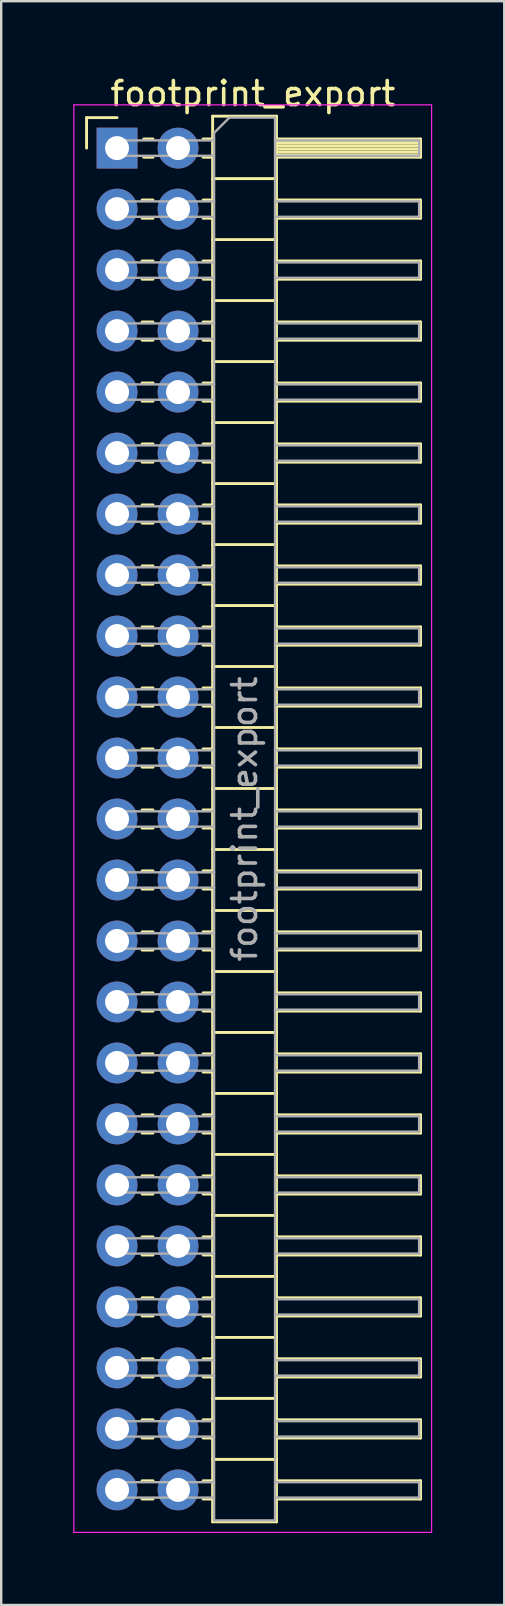
<source format=kicad_pcb>
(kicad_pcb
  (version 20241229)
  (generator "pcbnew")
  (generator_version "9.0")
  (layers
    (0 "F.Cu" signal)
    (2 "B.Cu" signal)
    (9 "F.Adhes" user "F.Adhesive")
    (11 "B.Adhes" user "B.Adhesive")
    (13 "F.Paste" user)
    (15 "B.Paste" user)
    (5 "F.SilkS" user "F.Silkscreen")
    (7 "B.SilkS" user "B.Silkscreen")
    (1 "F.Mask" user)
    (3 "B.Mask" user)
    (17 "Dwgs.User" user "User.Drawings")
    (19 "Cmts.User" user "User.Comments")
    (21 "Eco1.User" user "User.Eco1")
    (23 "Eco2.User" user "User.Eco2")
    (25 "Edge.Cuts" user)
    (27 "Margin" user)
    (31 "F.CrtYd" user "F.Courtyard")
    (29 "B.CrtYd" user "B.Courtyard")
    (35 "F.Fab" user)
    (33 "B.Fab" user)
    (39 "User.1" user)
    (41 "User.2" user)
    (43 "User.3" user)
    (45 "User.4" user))
  (footprint "footprint_export"
    (layer "F.Cu")
    (at 1.825 3.118)
    (property "Reference" "footprint_export" (at 5.655 -2.27 0) (layer "F.SilkS") (effects (font (size 1 1) (thickness 0.15))))
    (attr through_hole)
    (fp_line (start -1.27 -1.27) (end 0 -1.27) (stroke (width 0.12) (type solid)) (layer "F.SilkS"))
    (fp_line (start -1.27 0) (end -1.27 -1.27) (stroke (width 0.12) (type solid)) (layer "F.SilkS"))
    (fp_line (start 1.043 2.16) (end 1.497 2.16) (stroke (width 0.12) (type solid)) (layer "F.SilkS"))
    (fp_line (start 1.043 2.92) (end 1.497 2.92) (stroke (width 0.12) (type solid)) (layer "F.SilkS"))
    (fp_line (start 1.043 4.7) (end 1.497 4.7) (stroke (width 0.12) (type solid)) (layer "F.SilkS"))
    (fp_line (start 1.043 5.46) (end 1.497 5.46) (stroke (width 0.12) (type solid)) (layer "F.SilkS"))
    (fp_line (start 1.043 7.24) (end 1.497 7.24) (stroke (width 0.12) (type solid)) (layer "F.SilkS"))
    (fp_line (start 1.043 8) (end 1.497 8) (stroke (width 0.12) (type solid)) (layer "F.SilkS"))
    (fp_line (start 1.043 9.78) (end 1.497 9.78) (stroke (width 0.12) (type solid)) (layer "F.SilkS"))
    (fp_line (start 1.043 10.54) (end 1.497 10.54) (stroke (width 0.12) (type solid)) (layer "F.SilkS"))
    (fp_line (start 1.043 12.32) (end 1.497 12.32) (stroke (width 0.12) (type solid)) (layer "F.SilkS"))
    (fp_line (start 1.043 13.08) (end 1.497 13.08) (stroke (width 0.12) (type solid)) (layer "F.SilkS"))
    (fp_line (start 1.043 14.86) (end 1.497 14.86) (stroke (width 0.12) (type solid)) (layer "F.SilkS"))
    (fp_line (start 1.043 15.62) (end 1.497 15.62) (stroke (width 0.12) (type solid)) (layer "F.SilkS"))
    (fp_line (start 1.043 17.4) (end 1.497 17.4) (stroke (width 0.12) (type solid)) (layer "F.SilkS"))
    (fp_line (start 1.043 18.16) (end 1.497 18.16) (stroke (width 0.12) (type solid)) (layer "F.SilkS"))
    (fp_line (start 1.043 19.94) (end 1.497 19.94) (stroke (width 0.12) (type solid)) (layer "F.SilkS"))
    (fp_line (start 1.043 20.7) (end 1.497 20.7) (stroke (width 0.12) (type solid)) (layer "F.SilkS"))
    (fp_line (start 1.043 22.48) (end 1.497 22.48) (stroke (width 0.12) (type solid)) (layer "F.SilkS"))
    (fp_line (start 1.043 23.24) (end 1.497 23.24) (stroke (width 0.12) (type solid)) (layer "F.SilkS"))
    (fp_line (start 1.043 25.02) (end 1.497 25.02) (stroke (width 0.12) (type solid)) (layer "F.SilkS"))
    (fp_line (start 1.043 25.78) (end 1.497 25.78) (stroke (width 0.12) (type solid)) (layer "F.SilkS"))
    (fp_line (start 1.043 27.56) (end 1.497 27.56) (stroke (width 0.12) (type solid)) (layer "F.SilkS"))
    (fp_line (start 1.043 28.32) (end 1.497 28.32) (stroke (width 0.12) (type solid)) (layer "F.SilkS"))
    (fp_line (start 1.043 30.1) (end 1.497 30.1) (stroke (width 0.12) (type solid)) (layer "F.SilkS"))
    (fp_line (start 1.043 30.86) (end 1.497 30.86) (stroke (width 0.12) (type solid)) (layer "F.SilkS"))
    (fp_line (start 1.043 32.64) (end 1.497 32.64) (stroke (width 0.12) (type solid)) (layer "F.SilkS"))
    (fp_line (start 1.043 33.4) (end 1.497 33.4) (stroke (width 0.12) (type solid)) (layer "F.SilkS"))
    (fp_line (start 1.043 35.18) (end 1.497 35.18) (stroke (width 0.12) (type solid)) (layer "F.SilkS"))
    (fp_line (start 1.043 35.94) (end 1.497 35.94) (stroke (width 0.12) (type solid)) (layer "F.SilkS"))
    (fp_line (start 1.043 37.72) (end 1.497 37.72) (stroke (width 0.12) (type solid)) (layer "F.SilkS"))
    (fp_line (start 1.043 38.48) (end 1.497 38.48) (stroke (width 0.12) (type solid)) (layer "F.SilkS"))
    (fp_line (start 1.043 40.26) (end 1.497 40.26) (stroke (width 0.12) (type solid)) (layer "F.SilkS"))
    (fp_line (start 1.043 41.02) (end 1.497 41.02) (stroke (width 0.12) (type solid)) (layer "F.SilkS"))
    (fp_line (start 1.043 42.8) (end 1.497 42.8) (stroke (width 0.12) (type solid)) (layer "F.SilkS"))
    (fp_line (start 1.043 43.56) (end 1.497 43.56) (stroke (width 0.12) (type solid)) (layer "F.SilkS"))
    (fp_line (start 1.043 45.34) (end 1.497 45.34) (stroke (width 0.12) (type solid)) (layer "F.SilkS"))
    (fp_line (start 1.043 46.1) (end 1.497 46.1) (stroke (width 0.12) (type solid)) (layer "F.SilkS"))
    (fp_line (start 1.043 47.88) (end 1.497 47.88) (stroke (width 0.12) (type solid)) (layer "F.SilkS"))
    (fp_line (start 1.043 48.64) (end 1.497 48.64) (stroke (width 0.12) (type solid)) (layer "F.SilkS"))
    (fp_line (start 1.043 50.42) (end 1.497 50.42) (stroke (width 0.12) (type solid)) (layer "F.SilkS"))
    (fp_line (start 1.043 51.18) (end 1.497 51.18) (stroke (width 0.12) (type solid)) (layer "F.SilkS"))
    (fp_line (start 1.043 52.96) (end 1.497 52.96) (stroke (width 0.12) (type solid)) (layer "F.SilkS"))
    (fp_line (start 1.043 53.72) (end 1.497 53.72) (stroke (width 0.12) (type solid)) (layer "F.SilkS"))
    (fp_line (start 1.043 55.5) (end 1.497 55.5) (stroke (width 0.12) (type solid)) (layer "F.SilkS"))
    (fp_line (start 1.043 56.26) (end 1.497 56.26) (stroke (width 0.12) (type solid)) (layer "F.SilkS"))
    (fp_line (start 1.11 -0.38) (end 1.497 -0.38) (stroke (width 0.12) (type solid)) (layer "F.SilkS"))
    (fp_line (start 1.11 0.38) (end 1.497 0.38) (stroke (width 0.12) (type solid)) (layer "F.SilkS"))
    (fp_line (start 3.583 -0.38) (end 3.98 -0.38) (stroke (width 0.12) (type solid)) (layer "F.SilkS"))
    (fp_line (start 3.583 0.38) (end 3.98 0.38) (stroke (width 0.12) (type solid)) (layer "F.SilkS"))
    (fp_line (start 3.583 2.16) (end 3.98 2.16) (stroke (width 0.12) (type solid)) (layer "F.SilkS"))
    (fp_line (start 3.583 2.92) (end 3.98 2.92) (stroke (width 0.12) (type solid)) (layer "F.SilkS"))
    (fp_line (start 3.583 4.7) (end 3.98 4.7) (stroke (width 0.12) (type solid)) (layer "F.SilkS"))
    (fp_line (start 3.583 5.46) (end 3.98 5.46) (stroke (width 0.12) (type solid)) (layer "F.SilkS"))
    (fp_line (start 3.583 7.24) (end 3.98 7.24) (stroke (width 0.12) (type solid)) (layer "F.SilkS"))
    (fp_line (start 3.583 8) (end 3.98 8) (stroke (width 0.12) (type solid)) (layer "F.SilkS"))
    (fp_line (start 3.583 9.78) (end 3.98 9.78) (stroke (width 0.12) (type solid)) (layer "F.SilkS"))
    (fp_line (start 3.583 10.54) (end 3.98 10.54) (stroke (width 0.12) (type solid)) (layer "F.SilkS"))
    (fp_line (start 3.583 12.32) (end 3.98 12.32) (stroke (width 0.12) (type solid)) (layer "F.SilkS"))
    (fp_line (start 3.583 13.08) (end 3.98 13.08) (stroke (width 0.12) (type solid)) (layer "F.SilkS"))
    (fp_line (start 3.583 14.86) (end 3.98 14.86) (stroke (width 0.12) (type solid)) (layer "F.SilkS"))
    (fp_line (start 3.583 15.62) (end 3.98 15.62) (stroke (width 0.12) (type solid)) (layer "F.SilkS"))
    (fp_line (start 3.583 17.4) (end 3.98 17.4) (stroke (width 0.12) (type solid)) (layer "F.SilkS"))
    (fp_line (start 3.583 18.16) (end 3.98 18.16) (stroke (width 0.12) (type solid)) (layer "F.SilkS"))
    (fp_line (start 3.583 19.94) (end 3.98 19.94) (stroke (width 0.12) (type solid)) (layer "F.SilkS"))
    (fp_line (start 3.583 20.7) (end 3.98 20.7) (stroke (width 0.12) (type solid)) (layer "F.SilkS"))
    (fp_line (start 3.583 22.48) (end 3.98 22.48) (stroke (width 0.12) (type solid)) (layer "F.SilkS"))
    (fp_line (start 3.583 23.24) (end 3.98 23.24) (stroke (width 0.12) (type solid)) (layer "F.SilkS"))
    (fp_line (start 3.583 25.02) (end 3.98 25.02) (stroke (width 0.12) (type solid)) (layer "F.SilkS"))
    (fp_line (start 3.583 25.78) (end 3.98 25.78) (stroke (width 0.12) (type solid)) (layer "F.SilkS"))
    (fp_line (start 3.583 27.56) (end 3.98 27.56) (stroke (width 0.12) (type solid)) (layer "F.SilkS"))
    (fp_line (start 3.583 28.32) (end 3.98 28.32) (stroke (width 0.12) (type solid)) (layer "F.SilkS"))
    (fp_line (start 3.583 30.1) (end 3.98 30.1) (stroke (width 0.12) (type solid)) (layer "F.SilkS"))
    (fp_line (start 3.583 30.86) (end 3.98 30.86) (stroke (width 0.12) (type solid)) (layer "F.SilkS"))
    (fp_line (start 3.583 32.64) (end 3.98 32.64) (stroke (width 0.12) (type solid)) (layer "F.SilkS"))
    (fp_line (start 3.583 33.4) (end 3.98 33.4) (stroke (width 0.12) (type solid)) (layer "F.SilkS"))
    (fp_line (start 3.583 35.18) (end 3.98 35.18) (stroke (width 0.12) (type solid)) (layer "F.SilkS"))
    (fp_line (start 3.583 35.94) (end 3.98 35.94) (stroke (width 0.12) (type solid)) (layer "F.SilkS"))
    (fp_line (start 3.583 37.72) (end 3.98 37.72) (stroke (width 0.12) (type solid)) (layer "F.SilkS"))
    (fp_line (start 3.583 38.48) (end 3.98 38.48) (stroke (width 0.12) (type solid)) (layer "F.SilkS"))
    (fp_line (start 3.583 40.26) (end 3.98 40.26) (stroke (width 0.12) (type solid)) (layer "F.SilkS"))
    (fp_line (start 3.583 41.02) (end 3.98 41.02) (stroke (width 0.12) (type solid)) (layer "F.SilkS"))
    (fp_line (start 3.583 42.8) (end 3.98 42.8) (stroke (width 0.12) (type solid)) (layer "F.SilkS"))
    (fp_line (start 3.583 43.56) (end 3.98 43.56) (stroke (width 0.12) (type solid)) (layer "F.SilkS"))
    (fp_line (start 3.583 45.34) (end 3.98 45.34) (stroke (width 0.12) (type solid)) (layer "F.SilkS"))
    (fp_line (start 3.583 46.1) (end 3.98 46.1) (stroke (width 0.12) (type solid)) (layer "F.SilkS"))
    (fp_line (start 3.583 47.88) (end 3.98 47.88) (stroke (width 0.12) (type solid)) (layer "F.SilkS"))
    (fp_line (start 3.583 48.64) (end 3.98 48.64) (stroke (width 0.12) (type solid)) (layer "F.SilkS"))
    (fp_line (start 3.583 50.42) (end 3.98 50.42) (stroke (width 0.12) (type solid)) (layer "F.SilkS"))
    (fp_line (start 3.583 51.18) (end 3.98 51.18) (stroke (width 0.12) (type solid)) (layer "F.SilkS"))
    (fp_line (start 3.583 52.96) (end 3.98 52.96) (stroke (width 0.12) (type solid)) (layer "F.SilkS"))
    (fp_line (start 3.583 53.72) (end 3.98 53.72) (stroke (width 0.12) (type solid)) (layer "F.SilkS"))
    (fp_line (start 3.583 55.5) (end 3.98 55.5) (stroke (width 0.12) (type solid)) (layer "F.SilkS"))
    (fp_line (start 3.583 56.26) (end 3.98 56.26) (stroke (width 0.12) (type solid)) (layer "F.SilkS"))
    (fp_line (start 3.98 -1.33) (end 3.98 57.21) (stroke (width 0.12) (type solid)) (layer "F.SilkS"))
    (fp_line (start 3.98 1.27) (end 6.64 1.27) (stroke (width 0.12) (type solid)) (layer "F.SilkS"))
    (fp_line (start 3.98 3.81) (end 6.64 3.81) (stroke (width 0.12) (type solid)) (layer "F.SilkS"))
    (fp_line (start 3.98 6.35) (end 6.64 6.35) (stroke (width 0.12) (type solid)) (layer "F.SilkS"))
    (fp_line (start 3.98 8.89) (end 6.64 8.89) (stroke (width 0.12) (type solid)) (layer "F.SilkS"))
    (fp_line (start 3.98 11.43) (end 6.64 11.43) (stroke (width 0.12) (type solid)) (layer "F.SilkS"))
    (fp_line (start 3.98 13.97) (end 6.64 13.97) (stroke (width 0.12) (type solid)) (layer "F.SilkS"))
    (fp_line (start 3.98 16.51) (end 6.64 16.51) (stroke (width 0.12) (type solid)) (layer "F.SilkS"))
    (fp_line (start 3.98 19.05) (end 6.64 19.05) (stroke (width 0.12) (type solid)) (layer "F.SilkS"))
    (fp_line (start 3.98 21.59) (end 6.64 21.59) (stroke (width 0.12) (type solid)) (layer "F.SilkS"))
    (fp_line (start 3.98 24.13) (end 6.64 24.13) (stroke (width 0.12) (type solid)) (layer "F.SilkS"))
    (fp_line (start 3.98 26.67) (end 6.64 26.67) (stroke (width 0.12) (type solid)) (layer "F.SilkS"))
    (fp_line (start 3.98 29.21) (end 6.64 29.21) (stroke (width 0.12) (type solid)) (layer "F.SilkS"))
    (fp_line (start 3.98 31.75) (end 6.64 31.75) (stroke (width 0.12) (type solid)) (layer "F.SilkS"))
    (fp_line (start 3.98 34.29) (end 6.64 34.29) (stroke (width 0.12) (type solid)) (layer "F.SilkS"))
    (fp_line (start 3.98 36.83) (end 6.64 36.83) (stroke (width 0.12) (type solid)) (layer "F.SilkS"))
    (fp_line (start 3.98 39.37) (end 6.64 39.37) (stroke (width 0.12) (type solid)) (layer "F.SilkS"))
    (fp_line (start 3.98 41.91) (end 6.64 41.91) (stroke (width 0.12) (type solid)) (layer "F.SilkS"))
    (fp_line (start 3.98 44.45) (end 6.64 44.45) (stroke (width 0.12) (type solid)) (layer "F.SilkS"))
    (fp_line (start 3.98 46.99) (end 6.64 46.99) (stroke (width 0.12) (type solid)) (layer "F.SilkS"))
    (fp_line (start 3.98 49.53) (end 6.64 49.53) (stroke (width 0.12) (type solid)) (layer "F.SilkS"))
    (fp_line (start 3.98 52.07) (end 6.64 52.07) (stroke (width 0.12) (type solid)) (layer "F.SilkS"))
    (fp_line (start 3.98 54.61) (end 6.64 54.61) (stroke (width 0.12) (type solid)) (layer "F.SilkS"))
    (fp_line (start 3.98 57.21) (end 6.64 57.21) (stroke (width 0.12) (type solid)) (layer "F.SilkS"))
    (fp_line (start 6.64 -1.33) (end 3.98 -1.33) (stroke (width 0.12) (type solid)) (layer "F.SilkS"))
    (fp_line (start 6.64 -0.38) (end 12.64 -0.38) (stroke (width 0.12) (type solid)) (layer "F.SilkS"))
    (fp_line (start 6.64 -0.32) (end 12.64 -0.32) (stroke (width 0.12) (type solid)) (layer "F.SilkS"))
    (fp_line (start 6.64 -0.2) (end 12.64 -0.2) (stroke (width 0.12) (type solid)) (layer "F.SilkS"))
    (fp_line (start 6.64 -0.08) (end 12.64 -0.08) (stroke (width 0.12) (type solid)) (layer "F.SilkS"))
    (fp_line (start 6.64 0.04) (end 12.64 0.04) (stroke (width 0.12) (type solid)) (layer "F.SilkS"))
    (fp_line (start 6.64 0.16) (end 12.64 0.16) (stroke (width 0.12) (type solid)) (layer "F.SilkS"))
    (fp_line (start 6.64 0.28) (end 12.64 0.28) (stroke (width 0.12) (type solid)) (layer "F.SilkS"))
    (fp_line (start 6.64 2.16) (end 12.64 2.16) (stroke (width 0.12) (type solid)) (layer "F.SilkS"))
    (fp_line (start 6.64 4.7) (end 12.64 4.7) (stroke (width 0.12) (type solid)) (layer "F.SilkS"))
    (fp_line (start 6.64 7.24) (end 12.64 7.24) (stroke (width 0.12) (type solid)) (layer "F.SilkS"))
    (fp_line (start 6.64 9.78) (end 12.64 9.78) (stroke (width 0.12) (type solid)) (layer "F.SilkS"))
    (fp_line (start 6.64 12.32) (end 12.64 12.32) (stroke (width 0.12) (type solid)) (layer "F.SilkS"))
    (fp_line (start 6.64 14.86) (end 12.64 14.86) (stroke (width 0.12) (type solid)) (layer "F.SilkS"))
    (fp_line (start 6.64 17.4) (end 12.64 17.4) (stroke (width 0.12) (type solid)) (layer "F.SilkS"))
    (fp_line (start 6.64 19.94) (end 12.64 19.94) (stroke (width 0.12) (type solid)) (layer "F.SilkS"))
    (fp_line (start 6.64 22.48) (end 12.64 22.48) (stroke (width 0.12) (type solid)) (layer "F.SilkS"))
    (fp_line (start 6.64 25.02) (end 12.64 25.02) (stroke (width 0.12) (type solid)) (layer "F.SilkS"))
    (fp_line (start 6.64 27.56) (end 12.64 27.56) (stroke (width 0.12) (type solid)) (layer "F.SilkS"))
    (fp_line (start 6.64 30.1) (end 12.64 30.1) (stroke (width 0.12) (type solid)) (layer "F.SilkS"))
    (fp_line (start 6.64 32.64) (end 12.64 32.64) (stroke (width 0.12) (type solid)) (layer "F.SilkS"))
    (fp_line (start 6.64 35.18) (end 12.64 35.18) (stroke (width 0.12) (type solid)) (layer "F.SilkS"))
    (fp_line (start 6.64 37.72) (end 12.64 37.72) (stroke (width 0.12) (type solid)) (layer "F.SilkS"))
    (fp_line (start 6.64 40.26) (end 12.64 40.26) (stroke (width 0.12) (type solid)) (layer "F.SilkS"))
    (fp_line (start 6.64 42.8) (end 12.64 42.8) (stroke (width 0.12) (type solid)) (layer "F.SilkS"))
    (fp_line (start 6.64 45.34) (end 12.64 45.34) (stroke (width 0.12) (type solid)) (layer "F.SilkS"))
    (fp_line (start 6.64 47.88) (end 12.64 47.88) (stroke (width 0.12) (type solid)) (layer "F.SilkS"))
    (fp_line (start 6.64 50.42) (end 12.64 50.42) (stroke (width 0.12) (type solid)) (layer "F.SilkS"))
    (fp_line (start 6.64 52.96) (end 12.64 52.96) (stroke (width 0.12) (type solid)) (layer "F.SilkS"))
    (fp_line (start 6.64 55.5) (end 12.64 55.5) (stroke (width 0.12) (type solid)) (layer "F.SilkS"))
    (fp_line (start 6.64 57.21) (end 6.64 -1.33) (stroke (width 0.12) (type solid)) (layer "F.SilkS"))
    (fp_line (start 12.64 -0.38) (end 12.64 0.38) (stroke (width 0.12) (type solid)) (layer "F.SilkS"))
    (fp_line (start 12.64 0.38) (end 6.64 0.38) (stroke (width 0.12) (type solid)) (layer "F.SilkS"))
    (fp_line (start 12.64 2.16) (end 12.64 2.92) (stroke (width 0.12) (type solid)) (layer "F.SilkS"))
    (fp_line (start 12.64 2.92) (end 6.64 2.92) (stroke (width 0.12) (type solid)) (layer "F.SilkS"))
    (fp_line (start 12.64 4.7) (end 12.64 5.46) (stroke (width 0.12) (type solid)) (layer "F.SilkS"))
    (fp_line (start 12.64 5.46) (end 6.64 5.46) (stroke (width 0.12) (type solid)) (layer "F.SilkS"))
    (fp_line (start 12.64 7.24) (end 12.64 8) (stroke (width 0.12) (type solid)) (layer "F.SilkS"))
    (fp_line (start 12.64 8) (end 6.64 8) (stroke (width 0.12) (type solid)) (layer "F.SilkS"))
    (fp_line (start 12.64 9.78) (end 12.64 10.54) (stroke (width 0.12) (type solid)) (layer "F.SilkS"))
    (fp_line (start 12.64 10.54) (end 6.64 10.54) (stroke (width 0.12) (type solid)) (layer "F.SilkS"))
    (fp_line (start 12.64 12.32) (end 12.64 13.08) (stroke (width 0.12) (type solid)) (layer "F.SilkS"))
    (fp_line (start 12.64 13.08) (end 6.64 13.08) (stroke (width 0.12) (type solid)) (layer "F.SilkS"))
    (fp_line (start 12.64 14.86) (end 12.64 15.62) (stroke (width 0.12) (type solid)) (layer "F.SilkS"))
    (fp_line (start 12.64 15.62) (end 6.64 15.62) (stroke (width 0.12) (type solid)) (layer "F.SilkS"))
    (fp_line (start 12.64 17.4) (end 12.64 18.16) (stroke (width 0.12) (type solid)) (layer "F.SilkS"))
    (fp_line (start 12.64 18.16) (end 6.64 18.16) (stroke (width 0.12) (type solid)) (layer "F.SilkS"))
    (fp_line (start 12.64 19.94) (end 12.64 20.7) (stroke (width 0.12) (type solid)) (layer "F.SilkS"))
    (fp_line (start 12.64 20.7) (end 6.64 20.7) (stroke (width 0.12) (type solid)) (layer "F.SilkS"))
    (fp_line (start 12.64 22.48) (end 12.64 23.24) (stroke (width 0.12) (type solid)) (layer "F.SilkS"))
    (fp_line (start 12.64 23.24) (end 6.64 23.24) (stroke (width 0.12) (type solid)) (layer "F.SilkS"))
    (fp_line (start 12.64 25.02) (end 12.64 25.78) (stroke (width 0.12) (type solid)) (layer "F.SilkS"))
    (fp_line (start 12.64 25.78) (end 6.64 25.78) (stroke (width 0.12) (type solid)) (layer "F.SilkS"))
    (fp_line (start 12.64 27.56) (end 12.64 28.32) (stroke (width 0.12) (type solid)) (layer "F.SilkS"))
    (fp_line (start 12.64 28.32) (end 6.64 28.32) (stroke (width 0.12) (type solid)) (layer "F.SilkS"))
    (fp_line (start 12.64 30.1) (end 12.64 30.86) (stroke (width 0.12) (type solid)) (layer "F.SilkS"))
    (fp_line (start 12.64 30.86) (end 6.64 30.86) (stroke (width 0.12) (type solid)) (layer "F.SilkS"))
    (fp_line (start 12.64 32.64) (end 12.64 33.4) (stroke (width 0.12) (type solid)) (layer "F.SilkS"))
    (fp_line (start 12.64 33.4) (end 6.64 33.4) (stroke (width 0.12) (type solid)) (layer "F.SilkS"))
    (fp_line (start 12.64 35.18) (end 12.64 35.94) (stroke (width 0.12) (type solid)) (layer "F.SilkS"))
    (fp_line (start 12.64 35.94) (end 6.64 35.94) (stroke (width 0.12) (type solid)) (layer "F.SilkS"))
    (fp_line (start 12.64 37.72) (end 12.64 38.48) (stroke (width 0.12) (type solid)) (layer "F.SilkS"))
    (fp_line (start 12.64 38.48) (end 6.64 38.48) (stroke (width 0.12) (type solid)) (layer "F.SilkS"))
    (fp_line (start 12.64 40.26) (end 12.64 41.02) (stroke (width 0.12) (type solid)) (layer "F.SilkS"))
    (fp_line (start 12.64 41.02) (end 6.64 41.02) (stroke (width 0.12) (type solid)) (layer "F.SilkS"))
    (fp_line (start 12.64 42.8) (end 12.64 43.56) (stroke (width 0.12) (type solid)) (layer "F.SilkS"))
    (fp_line (start 12.64 43.56) (end 6.64 43.56) (stroke (width 0.12) (type solid)) (layer "F.SilkS"))
    (fp_line (start 12.64 45.34) (end 12.64 46.1) (stroke (width 0.12) (type solid)) (layer "F.SilkS"))
    (fp_line (start 12.64 46.1) (end 6.64 46.1) (stroke (width 0.12) (type solid)) (layer "F.SilkS"))
    (fp_line (start 12.64 47.88) (end 12.64 48.64) (stroke (width 0.12) (type solid)) (layer "F.SilkS"))
    (fp_line (start 12.64 48.64) (end 6.64 48.64) (stroke (width 0.12) (type solid)) (layer "F.SilkS"))
    (fp_line (start 12.64 50.42) (end 12.64 51.18) (stroke (width 0.12) (type solid)) (layer "F.SilkS"))
    (fp_line (start 12.64 51.18) (end 6.64 51.18) (stroke (width 0.12) (type solid)) (layer "F.SilkS"))
    (fp_line (start 12.64 52.96) (end 12.64 53.72) (stroke (width 0.12) (type solid)) (layer "F.SilkS"))
    (fp_line (start 12.64 53.72) (end 6.64 53.72) (stroke (width 0.12) (type solid)) (layer "F.SilkS"))
    (fp_line (start 12.64 55.5) (end 12.64 56.26) (stroke (width 0.12) (type solid)) (layer "F.SilkS"))
    (fp_line (start 12.64 56.26) (end 6.64 56.26) (stroke (width 0.12) (type solid)) (layer "F.SilkS"))
    (fp_line (start -1.8 -1.8) (end -1.8 57.65) (stroke (width 0.05) (type solid)) (layer "F.CrtYd"))
    (fp_line (start -1.8 57.65) (end 13.1 57.65) (stroke (width 0.05) (type solid)) (layer "F.CrtYd"))
    (fp_line (start 13.1 -1.8) (end -1.8 -1.8) (stroke (width 0.05) (type solid)) (layer "F.CrtYd"))
    (fp_line (start 13.1 57.65) (end 13.1 -1.8) (stroke (width 0.05) (type solid)) (layer "F.CrtYd"))
    (fp_line (start -0.32 -0.32) (end -0.32 0.32) (stroke (width 0.1) (type solid)) (layer "F.Fab"))
    (fp_line (start -0.32 -0.32) (end 4.04 -0.32) (stroke (width 0.1) (type solid)) (layer "F.Fab"))
    (fp_line (start -0.32 0.32) (end 4.04 0.32) (stroke (width 0.1) (type solid)) (layer "F.Fab"))
    (fp_line (start -0.32 2.22) (end -0.32 2.86) (stroke (width 0.1) (type solid)) (layer "F.Fab"))
    (fp_line (start -0.32 2.22) (end 4.04 2.22) (stroke (width 0.1) (type solid)) (layer "F.Fab"))
    (fp_line (start -0.32 2.86) (end 4.04 2.86) (stroke (width 0.1) (type solid)) (layer "F.Fab"))
    (fp_line (start -0.32 4.76) (end -0.32 5.4) (stroke (width 0.1) (type solid)) (layer "F.Fab"))
    (fp_line (start -0.32 4.76) (end 4.04 4.76) (stroke (width 0.1) (type solid)) (layer "F.Fab"))
    (fp_line (start -0.32 5.4) (end 4.04 5.4) (stroke (width 0.1) (type solid)) (layer "F.Fab"))
    (fp_line (start -0.32 7.3) (end -0.32 7.94) (stroke (width 0.1) (type solid)) (layer "F.Fab"))
    (fp_line (start -0.32 7.3) (end 4.04 7.3) (stroke (width 0.1) (type solid)) (layer "F.Fab"))
    (fp_line (start -0.32 7.94) (end 4.04 7.94) (stroke (width 0.1) (type solid)) (layer "F.Fab"))
    (fp_line (start -0.32 9.84) (end -0.32 10.48) (stroke (width 0.1) (type solid)) (layer "F.Fab"))
    (fp_line (start -0.32 9.84) (end 4.04 9.84) (stroke (width 0.1) (type solid)) (layer "F.Fab"))
    (fp_line (start -0.32 10.48) (end 4.04 10.48) (stroke (width 0.1) (type solid)) (layer "F.Fab"))
    (fp_line (start -0.32 12.38) (end -0.32 13.02) (stroke (width 0.1) (type solid)) (layer "F.Fab"))
    (fp_line (start -0.32 12.38) (end 4.04 12.38) (stroke (width 0.1) (type solid)) (layer "F.Fab"))
    (fp_line (start -0.32 13.02) (end 4.04 13.02) (stroke (width 0.1) (type solid)) (layer "F.Fab"))
    (fp_line (start -0.32 14.92) (end -0.32 15.56) (stroke (width 0.1) (type solid)) (layer "F.Fab"))
    (fp_line (start -0.32 14.92) (end 4.04 14.92) (stroke (width 0.1) (type solid)) (layer "F.Fab"))
    (fp_line (start -0.32 15.56) (end 4.04 15.56) (stroke (width 0.1) (type solid)) (layer "F.Fab"))
    (fp_line (start -0.32 17.46) (end -0.32 18.1) (stroke (width 0.1) (type solid)) (layer "F.Fab"))
    (fp_line (start -0.32 17.46) (end 4.04 17.46) (stroke (width 0.1) (type solid)) (layer "F.Fab"))
    (fp_line (start -0.32 18.1) (end 4.04 18.1) (stroke (width 0.1) (type solid)) (layer "F.Fab"))
    (fp_line (start -0.32 20) (end -0.32 20.64) (stroke (width 0.1) (type solid)) (layer "F.Fab"))
    (fp_line (start -0.32 20) (end 4.04 20) (stroke (width 0.1) (type solid)) (layer "F.Fab"))
    (fp_line (start -0.32 20.64) (end 4.04 20.64) (stroke (width 0.1) (type solid)) (layer "F.Fab"))
    (fp_line (start -0.32 22.54) (end -0.32 23.18) (stroke (width 0.1) (type solid)) (layer "F.Fab"))
    (fp_line (start -0.32 22.54) (end 4.04 22.54) (stroke (width 0.1) (type solid)) (layer "F.Fab"))
    (fp_line (start -0.32 23.18) (end 4.04 23.18) (stroke (width 0.1) (type solid)) (layer "F.Fab"))
    (fp_line (start -0.32 25.08) (end -0.32 25.72) (stroke (width 0.1) (type solid)) (layer "F.Fab"))
    (fp_line (start -0.32 25.08) (end 4.04 25.08) (stroke (width 0.1) (type solid)) (layer "F.Fab"))
    (fp_line (start -0.32 25.72) (end 4.04 25.72) (stroke (width 0.1) (type solid)) (layer "F.Fab"))
    (fp_line (start -0.32 27.62) (end -0.32 28.26) (stroke (width 0.1) (type solid)) (layer "F.Fab"))
    (fp_line (start -0.32 27.62) (end 4.04 27.62) (stroke (width 0.1) (type solid)) (layer "F.Fab"))
    (fp_line (start -0.32 28.26) (end 4.04 28.26) (stroke (width 0.1) (type solid)) (layer "F.Fab"))
    (fp_line (start -0.32 30.16) (end -0.32 30.8) (stroke (width 0.1) (type solid)) (layer "F.Fab"))
    (fp_line (start -0.32 30.16) (end 4.04 30.16) (stroke (width 0.1) (type solid)) (layer "F.Fab"))
    (fp_line (start -0.32 30.8) (end 4.04 30.8) (stroke (width 0.1) (type solid)) (layer "F.Fab"))
    (fp_line (start -0.32 32.7) (end -0.32 33.34) (stroke (width 0.1) (type solid)) (layer "F.Fab"))
    (fp_line (start -0.32 32.7) (end 4.04 32.7) (stroke (width 0.1) (type solid)) (layer "F.Fab"))
    (fp_line (start -0.32 33.34) (end 4.04 33.34) (stroke (width 0.1) (type solid)) (layer "F.Fab"))
    (fp_line (start -0.32 35.24) (end -0.32 35.88) (stroke (width 0.1) (type solid)) (layer "F.Fab"))
    (fp_line (start -0.32 35.24) (end 4.04 35.24) (stroke (width 0.1) (type solid)) (layer "F.Fab"))
    (fp_line (start -0.32 35.88) (end 4.04 35.88) (stroke (width 0.1) (type solid)) (layer "F.Fab"))
    (fp_line (start -0.32 37.78) (end -0.32 38.42) (stroke (width 0.1) (type solid)) (layer "F.Fab"))
    (fp_line (start -0.32 37.78) (end 4.04 37.78) (stroke (width 0.1) (type solid)) (layer "F.Fab"))
    (fp_line (start -0.32 38.42) (end 4.04 38.42) (stroke (width 0.1) (type solid)) (layer "F.Fab"))
    (fp_line (start -0.32 40.32) (end -0.32 40.96) (stroke (width 0.1) (type solid)) (layer "F.Fab"))
    (fp_line (start -0.32 40.32) (end 4.04 40.32) (stroke (width 0.1) (type solid)) (layer "F.Fab"))
    (fp_line (start -0.32 40.96) (end 4.04 40.96) (stroke (width 0.1) (type solid)) (layer "F.Fab"))
    (fp_line (start -0.32 42.86) (end -0.32 43.5) (stroke (width 0.1) (type solid)) (layer "F.Fab"))
    (fp_line (start -0.32 42.86) (end 4.04 42.86) (stroke (width 0.1) (type solid)) (layer "F.Fab"))
    (fp_line (start -0.32 43.5) (end 4.04 43.5) (stroke (width 0.1) (type solid)) (layer "F.Fab"))
    (fp_line (start -0.32 45.4) (end -0.32 46.04) (stroke (width 0.1) (type solid)) (layer "F.Fab"))
    (fp_line (start -0.32 45.4) (end 4.04 45.4) (stroke (width 0.1) (type solid)) (layer "F.Fab"))
    (fp_line (start -0.32 46.04) (end 4.04 46.04) (stroke (width 0.1) (type solid)) (layer "F.Fab"))
    (fp_line (start -0.32 47.94) (end -0.32 48.58) (stroke (width 0.1) (type solid)) (layer "F.Fab"))
    (fp_line (start -0.32 47.94) (end 4.04 47.94) (stroke (width 0.1) (type solid)) (layer "F.Fab"))
    (fp_line (start -0.32 48.58) (end 4.04 48.58) (stroke (width 0.1) (type solid)) (layer "F.Fab"))
    (fp_line (start -0.32 50.48) (end -0.32 51.12) (stroke (width 0.1) (type solid)) (layer "F.Fab"))
    (fp_line (start -0.32 50.48) (end 4.04 50.48) (stroke (width 0.1) (type solid)) (layer "F.Fab"))
    (fp_line (start -0.32 51.12) (end 4.04 51.12) (stroke (width 0.1) (type solid)) (layer "F.Fab"))
    (fp_line (start -0.32 53.02) (end -0.32 53.66) (stroke (width 0.1) (type solid)) (layer "F.Fab"))
    (fp_line (start -0.32 53.02) (end 4.04 53.02) (stroke (width 0.1) (type solid)) (layer "F.Fab"))
    (fp_line (start -0.32 53.66) (end 4.04 53.66) (stroke (width 0.1) (type solid)) (layer "F.Fab"))
    (fp_line (start -0.32 55.56) (end -0.32 56.2) (stroke (width 0.1) (type solid)) (layer "F.Fab"))
    (fp_line (start -0.32 55.56) (end 4.04 55.56) (stroke (width 0.1) (type solid)) (layer "F.Fab"))
    (fp_line (start -0.32 56.2) (end 4.04 56.2) (stroke (width 0.1) (type solid)) (layer "F.Fab"))
    (fp_line (start 4.04 -0.635) (end 4.675 -1.27) (stroke (width 0.1) (type solid)) (layer "F.Fab"))
    (fp_line (start 4.04 57.15) (end 4.04 -0.635) (stroke (width 0.1) (type solid)) (layer "F.Fab"))
    (fp_line (start 4.675 -1.27) (end 6.58 -1.27) (stroke (width 0.1) (type solid)) (layer "F.Fab"))
    (fp_line (start 6.58 -1.27) (end 6.58 57.15) (stroke (width 0.1) (type solid)) (layer "F.Fab"))
    (fp_line (start 6.58 -0.32) (end 12.58 -0.32) (stroke (width 0.1) (type solid)) (layer "F.Fab"))
    (fp_line (start 6.58 0.32) (end 12.58 0.32) (stroke (width 0.1) (type solid)) (layer "F.Fab"))
    (fp_line (start 6.58 2.22) (end 12.58 2.22) (stroke (width 0.1) (type solid)) (layer "F.Fab"))
    (fp_line (start 6.58 2.86) (end 12.58 2.86) (stroke (width 0.1) (type solid)) (layer "F.Fab"))
    (fp_line (start 6.58 4.76) (end 12.58 4.76) (stroke (width 0.1) (type solid)) (layer "F.Fab"))
    (fp_line (start 6.58 5.4) (end 12.58 5.4) (stroke (width 0.1) (type solid)) (layer "F.Fab"))
    (fp_line (start 6.58 7.3) (end 12.58 7.3) (stroke (width 0.1) (type solid)) (layer "F.Fab"))
    (fp_line (start 6.58 7.94) (end 12.58 7.94) (stroke (width 0.1) (type solid)) (layer "F.Fab"))
    (fp_line (start 6.58 9.84) (end 12.58 9.84) (stroke (width 0.1) (type solid)) (layer "F.Fab"))
    (fp_line (start 6.58 10.48) (end 12.58 10.48) (stroke (width 0.1) (type solid)) (layer "F.Fab"))
    (fp_line (start 6.58 12.38) (end 12.58 12.38) (stroke (width 0.1) (type solid)) (layer "F.Fab"))
    (fp_line (start 6.58 13.02) (end 12.58 13.02) (stroke (width 0.1) (type solid)) (layer "F.Fab"))
    (fp_line (start 6.58 14.92) (end 12.58 14.92) (stroke (width 0.1) (type solid)) (layer "F.Fab"))
    (fp_line (start 6.58 15.56) (end 12.58 15.56) (stroke (width 0.1) (type solid)) (layer "F.Fab"))
    (fp_line (start 6.58 17.46) (end 12.58 17.46) (stroke (width 0.1) (type solid)) (layer "F.Fab"))
    (fp_line (start 6.58 18.1) (end 12.58 18.1) (stroke (width 0.1) (type solid)) (layer "F.Fab"))
    (fp_line (start 6.58 20) (end 12.58 20) (stroke (width 0.1) (type solid)) (layer "F.Fab"))
    (fp_line (start 6.58 20.64) (end 12.58 20.64) (stroke (width 0.1) (type solid)) (layer "F.Fab"))
    (fp_line (start 6.58 22.54) (end 12.58 22.54) (stroke (width 0.1) (type solid)) (layer "F.Fab"))
    (fp_line (start 6.58 23.18) (end 12.58 23.18) (stroke (width 0.1) (type solid)) (layer "F.Fab"))
    (fp_line (start 6.58 25.08) (end 12.58 25.08) (stroke (width 0.1) (type solid)) (layer "F.Fab"))
    (fp_line (start 6.58 25.72) (end 12.58 25.72) (stroke (width 0.1) (type solid)) (layer "F.Fab"))
    (fp_line (start 6.58 27.62) (end 12.58 27.62) (stroke (width 0.1) (type solid)) (layer "F.Fab"))
    (fp_line (start 6.58 28.26) (end 12.58 28.26) (stroke (width 0.1) (type solid)) (layer "F.Fab"))
    (fp_line (start 6.58 30.16) (end 12.58 30.16) (stroke (width 0.1) (type solid)) (layer "F.Fab"))
    (fp_line (start 6.58 30.8) (end 12.58 30.8) (stroke (width 0.1) (type solid)) (layer "F.Fab"))
    (fp_line (start 6.58 32.7) (end 12.58 32.7) (stroke (width 0.1) (type solid)) (layer "F.Fab"))
    (fp_line (start 6.58 33.34) (end 12.58 33.34) (stroke (width 0.1) (type solid)) (layer "F.Fab"))
    (fp_line (start 6.58 35.24) (end 12.58 35.24) (stroke (width 0.1) (type solid)) (layer "F.Fab"))
    (fp_line (start 6.58 35.88) (end 12.58 35.88) (stroke (width 0.1) (type solid)) (layer "F.Fab"))
    (fp_line (start 6.58 37.78) (end 12.58 37.78) (stroke (width 0.1) (type solid)) (layer "F.Fab"))
    (fp_line (start 6.58 38.42) (end 12.58 38.42) (stroke (width 0.1) (type solid)) (layer "F.Fab"))
    (fp_line (start 6.58 40.32) (end 12.58 40.32) (stroke (width 0.1) (type solid)) (layer "F.Fab"))
    (fp_line (start 6.58 40.96) (end 12.58 40.96) (stroke (width 0.1) (type solid)) (layer "F.Fab"))
    (fp_line (start 6.58 42.86) (end 12.58 42.86) (stroke (width 0.1) (type solid)) (layer "F.Fab"))
    (fp_line (start 6.58 43.5) (end 12.58 43.5) (stroke (width 0.1) (type solid)) (layer "F.Fab"))
    (fp_line (start 6.58 45.4) (end 12.58 45.4) (stroke (width 0.1) (type solid)) (layer "F.Fab"))
    (fp_line (start 6.58 46.04) (end 12.58 46.04) (stroke (width 0.1) (type solid)) (layer "F.Fab"))
    (fp_line (start 6.58 47.94) (end 12.58 47.94) (stroke (width 0.1) (type solid)) (layer "F.Fab"))
    (fp_line (start 6.58 48.58) (end 12.58 48.58) (stroke (width 0.1) (type solid)) (layer "F.Fab"))
    (fp_line (start 6.58 50.48) (end 12.58 50.48) (stroke (width 0.1) (type solid)) (layer "F.Fab"))
    (fp_line (start 6.58 51.12) (end 12.58 51.12) (stroke (width 0.1) (type solid)) (layer "F.Fab"))
    (fp_line (start 6.58 53.02) (end 12.58 53.02) (stroke (width 0.1) (type solid)) (layer "F.Fab"))
    (fp_line (start 6.58 53.66) (end 12.58 53.66) (stroke (width 0.1) (type solid)) (layer "F.Fab"))
    (fp_line (start 6.58 55.56) (end 12.58 55.56) (stroke (width 0.1) (type solid)) (layer "F.Fab"))
    (fp_line (start 6.58 56.2) (end 12.58 56.2) (stroke (width 0.1) (type solid)) (layer "F.Fab"))
    (fp_line (start 6.58 57.15) (end 4.04 57.15) (stroke (width 0.1) (type solid)) (layer "F.Fab"))
    (fp_line (start 12.58 -0.32) (end 12.58 0.32) (stroke (width 0.1) (type solid)) (layer "F.Fab"))
    (fp_line (start 12.58 2.22) (end 12.58 2.86) (stroke (width 0.1) (type solid)) (layer "F.Fab"))
    (fp_line (start 12.58 4.76) (end 12.58 5.4) (stroke (width 0.1) (type solid)) (layer "F.Fab"))
    (fp_line (start 12.58 7.3) (end 12.58 7.94) (stroke (width 0.1) (type solid)) (layer "F.Fab"))
    (fp_line (start 12.58 9.84) (end 12.58 10.48) (stroke (width 0.1) (type solid)) (layer "F.Fab"))
    (fp_line (start 12.58 12.38) (end 12.58 13.02) (stroke (width 0.1) (type solid)) (layer "F.Fab"))
    (fp_line (start 12.58 14.92) (end 12.58 15.56) (stroke (width 0.1) (type solid)) (layer "F.Fab"))
    (fp_line (start 12.58 17.46) (end 12.58 18.1) (stroke (width 0.1) (type solid)) (layer "F.Fab"))
    (fp_line (start 12.58 20) (end 12.58 20.64) (stroke (width 0.1) (type solid)) (layer "F.Fab"))
    (fp_line (start 12.58 22.54) (end 12.58 23.18) (stroke (width 0.1) (type solid)) (layer "F.Fab"))
    (fp_line (start 12.58 25.08) (end 12.58 25.72) (stroke (width 0.1) (type solid)) (layer "F.Fab"))
    (fp_line (start 12.58 27.62) (end 12.58 28.26) (stroke (width 0.1) (type solid)) (layer "F.Fab"))
    (fp_line (start 12.58 30.16) (end 12.58 30.8) (stroke (width 0.1) (type solid)) (layer "F.Fab"))
    (fp_line (start 12.58 32.7) (end 12.58 33.34) (stroke (width 0.1) (type solid)) (layer "F.Fab"))
    (fp_line (start 12.58 35.24) (end 12.58 35.88) (stroke (width 0.1) (type solid)) (layer "F.Fab"))
    (fp_line (start 12.58 37.78) (end 12.58 38.42) (stroke (width 0.1) (type solid)) (layer "F.Fab"))
    (fp_line (start 12.58 40.32) (end 12.58 40.96) (stroke (width 0.1) (type solid)) (layer "F.Fab"))
    (fp_line (start 12.58 42.86) (end 12.58 43.5) (stroke (width 0.1) (type solid)) (layer "F.Fab"))
    (fp_line (start 12.58 45.4) (end 12.58 46.04) (stroke (width 0.1) (type solid)) (layer "F.Fab"))
    (fp_line (start 12.58 47.94) (end 12.58 48.58) (stroke (width 0.1) (type solid)) (layer "F.Fab"))
    (fp_line (start 12.58 50.48) (end 12.58 51.12) (stroke (width 0.1) (type solid)) (layer "F.Fab"))
    (fp_line (start 12.58 53.02) (end 12.58 53.66) (stroke (width 0.1) (type solid)) (layer "F.Fab"))
    (fp_line (start 12.58 55.56) (end 12.58 56.2) (stroke (width 0.1) (type solid)) (layer "F.Fab"))
    (fp_text user "${REFERENCE}" (at 5.31 27.94 90) (layer "F.Fab") (effects (font (size 1 1) (thickness 0.15))))
    (pad "1" thru_hole rect (at 0 0) (size 1.7 1.7) (drill 1) (layers "*.Cu" "*.Mask"))
    (pad "2" thru_hole oval (at 2.54 0) (size 1.7 1.7) (drill 1) (layers "*.Cu" "*.Mask"))
    (pad "3" thru_hole oval (at 0 2.54) (size 1.7 1.7) (drill 1) (layers "*.Cu" "*.Mask"))
    (pad "4" thru_hole oval (at 2.54 2.54) (size 1.7 1.7) (drill 1) (layers "*.Cu" "*.Mask"))
    (pad "5" thru_hole oval (at 0 5.08) (size 1.7 1.7) (drill 1) (layers "*.Cu" "*.Mask"))
    (pad "6" thru_hole oval (at 2.54 5.08) (size 1.7 1.7) (drill 1) (layers "*.Cu" "*.Mask"))
    (pad "7" thru_hole oval (at 0 7.62) (size 1.7 1.7) (drill 1) (layers "*.Cu" "*.Mask"))
    (pad "8" thru_hole oval (at 2.54 7.62) (size 1.7 1.7) (drill 1) (layers "*.Cu" "*.Mask"))
    (pad "9" thru_hole oval (at 0 10.16) (size 1.7 1.7) (drill 1) (layers "*.Cu" "*.Mask"))
    (pad "10" thru_hole oval (at 2.54 10.16) (size 1.7 1.7) (drill 1) (layers "*.Cu" "*.Mask"))
    (pad "11" thru_hole oval (at 0 12.7) (size 1.7 1.7) (drill 1) (layers "*.Cu" "*.Mask"))
    (pad "12" thru_hole oval (at 2.54 12.7) (size 1.7 1.7) (drill 1) (layers "*.Cu" "*.Mask"))
    (pad "13" thru_hole oval (at 0 15.24) (size 1.7 1.7) (drill 1) (layers "*.Cu" "*.Mask"))
    (pad "14" thru_hole oval (at 2.54 15.24) (size 1.7 1.7) (drill 1) (layers "*.Cu" "*.Mask"))
    (pad "15" thru_hole oval (at 0 17.78) (size 1.7 1.7) (drill 1) (layers "*.Cu" "*.Mask"))
    (pad "16" thru_hole oval (at 2.54 17.78) (size 1.7 1.7) (drill 1) (layers "*.Cu" "*.Mask"))
    (pad "17" thru_hole oval (at 0 20.32) (size 1.7 1.7) (drill 1) (layers "*.Cu" "*.Mask"))
    (pad "18" thru_hole oval (at 2.54 20.32) (size 1.7 1.7) (drill 1) (layers "*.Cu" "*.Mask"))
    (pad "19" thru_hole oval (at 0 22.86) (size 1.7 1.7) (drill 1) (layers "*.Cu" "*.Mask"))
    (pad "20" thru_hole oval (at 2.54 22.86) (size 1.7 1.7) (drill 1) (layers "*.Cu" "*.Mask"))
    (pad "21" thru_hole oval (at 0 25.4) (size 1.7 1.7) (drill 1) (layers "*.Cu" "*.Mask"))
    (pad "22" thru_hole oval (at 2.54 25.4) (size 1.7 1.7) (drill 1) (layers "*.Cu" "*.Mask"))
    (pad "23" thru_hole oval (at 0 27.94) (size 1.7 1.7) (drill 1) (layers "*.Cu" "*.Mask"))
    (pad "24" thru_hole oval (at 2.54 27.94) (size 1.7 1.7) (drill 1) (layers "*.Cu" "*.Mask"))
    (pad "25" thru_hole oval (at 0 30.48) (size 1.7 1.7) (drill 1) (layers "*.Cu" "*.Mask"))
    (pad "26" thru_hole oval (at 2.54 30.48) (size 1.7 1.7) (drill 1) (layers "*.Cu" "*.Mask"))
    (pad "27" thru_hole oval (at 0 33.02) (size 1.7 1.7) (drill 1) (layers "*.Cu" "*.Mask"))
    (pad "28" thru_hole oval (at 2.54 33.02) (size 1.7 1.7) (drill 1) (layers "*.Cu" "*.Mask"))
    (pad "29" thru_hole oval (at 0 35.56) (size 1.7 1.7) (drill 1) (layers "*.Cu" "*.Mask"))
    (pad "30" thru_hole oval (at 2.54 35.56) (size 1.7 1.7) (drill 1) (layers "*.Cu" "*.Mask"))
    (pad "31" thru_hole oval (at 0 38.1) (size 1.7 1.7) (drill 1) (layers "*.Cu" "*.Mask"))
    (pad "32" thru_hole oval (at 2.54 38.1) (size 1.7 1.7) (drill 1) (layers "*.Cu" "*.Mask"))
    (pad "33" thru_hole oval (at 0 40.64) (size 1.7 1.7) (drill 1) (layers "*.Cu" "*.Mask"))
    (pad "34" thru_hole oval (at 2.54 40.64) (size 1.7 1.7) (drill 1) (layers "*.Cu" "*.Mask"))
    (pad "35" thru_hole oval (at 0 43.18) (size 1.7 1.7) (drill 1) (layers "*.Cu" "*.Mask"))
    (pad "36" thru_hole oval (at 2.54 43.18) (size 1.7 1.7) (drill 1) (layers "*.Cu" "*.Mask"))
    (pad "37" thru_hole oval (at 0 45.72) (size 1.7 1.7) (drill 1) (layers "*.Cu" "*.Mask"))
    (pad "38" thru_hole oval (at 2.54 45.72) (size 1.7 1.7) (drill 1) (layers "*.Cu" "*.Mask"))
    (pad "39" thru_hole oval (at 0 48.26) (size 1.7 1.7) (drill 1) (layers "*.Cu" "*.Mask"))
    (pad "40" thru_hole oval (at 2.54 48.26) (size 1.7 1.7) (drill 1) (layers "*.Cu" "*.Mask"))
    (pad "41" thru_hole oval (at 0 50.8) (size 1.7 1.7) (drill 1) (layers "*.Cu" "*.Mask"))
    (pad "42" thru_hole oval (at 2.54 50.8) (size 1.7 1.7) (drill 1) (layers "*.Cu" "*.Mask"))
    (pad "43" thru_hole oval (at 0 53.34) (size 1.7 1.7) (drill 1) (layers "*.Cu" "*.Mask"))
    (pad "44" thru_hole oval (at 2.54 53.34) (size 1.7 1.7) (drill 1) (layers "*.Cu" "*.Mask"))
    (pad "45" thru_hole oval (at 0 55.88) (size 1.7 1.7) (drill 1) (layers "*.Cu" "*.Mask"))
    (pad "46" thru_hole oval (at 2.54 55.88) (size 1.7 1.7) (drill 1) (layers "*.Cu" "*.Mask")))
  (gr_rect
    (start -3 -3)
    (end 17.95 63.793)
    (stroke (width 0.1) (type default))
    (fill no)
    (layer "Edge.Cuts")))
</source>
